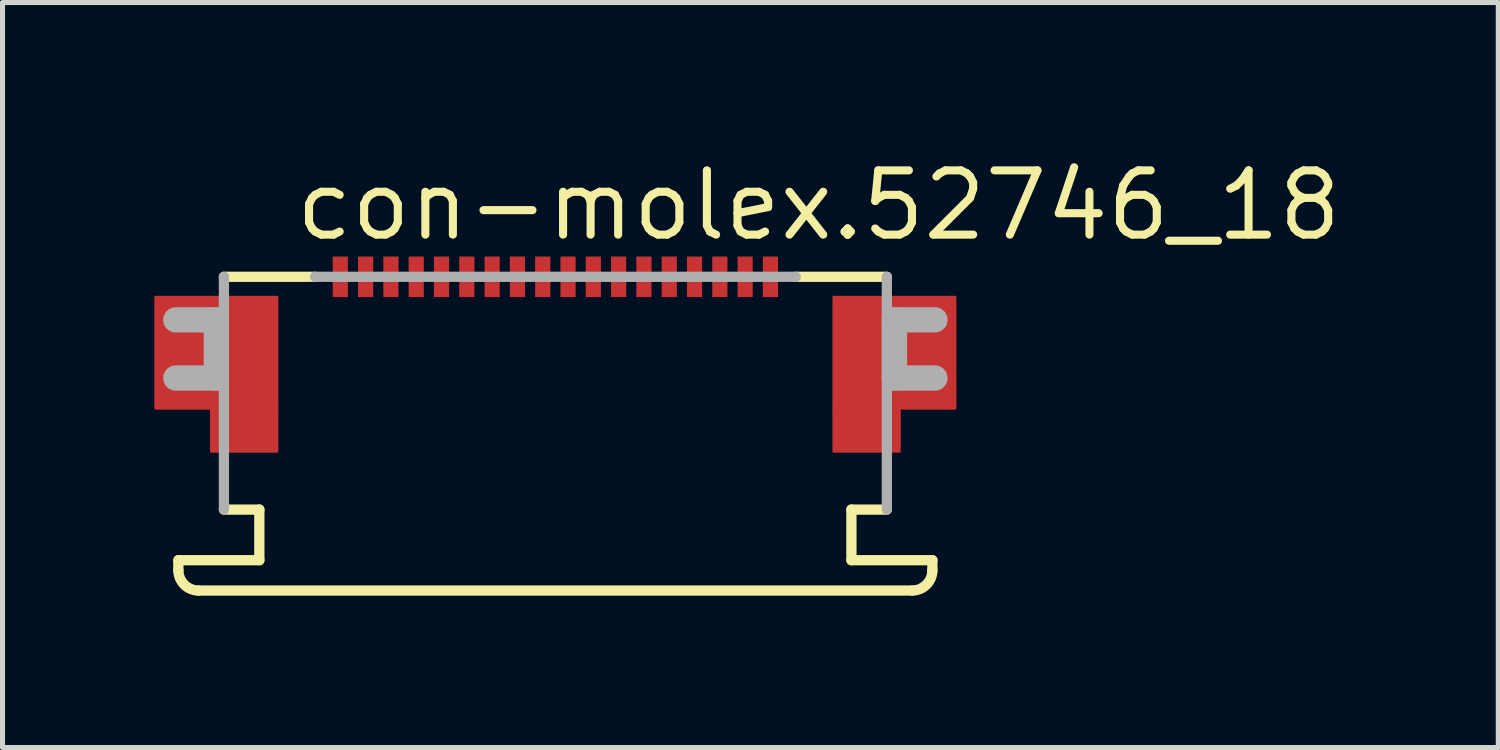
<source format=kicad_pcb>
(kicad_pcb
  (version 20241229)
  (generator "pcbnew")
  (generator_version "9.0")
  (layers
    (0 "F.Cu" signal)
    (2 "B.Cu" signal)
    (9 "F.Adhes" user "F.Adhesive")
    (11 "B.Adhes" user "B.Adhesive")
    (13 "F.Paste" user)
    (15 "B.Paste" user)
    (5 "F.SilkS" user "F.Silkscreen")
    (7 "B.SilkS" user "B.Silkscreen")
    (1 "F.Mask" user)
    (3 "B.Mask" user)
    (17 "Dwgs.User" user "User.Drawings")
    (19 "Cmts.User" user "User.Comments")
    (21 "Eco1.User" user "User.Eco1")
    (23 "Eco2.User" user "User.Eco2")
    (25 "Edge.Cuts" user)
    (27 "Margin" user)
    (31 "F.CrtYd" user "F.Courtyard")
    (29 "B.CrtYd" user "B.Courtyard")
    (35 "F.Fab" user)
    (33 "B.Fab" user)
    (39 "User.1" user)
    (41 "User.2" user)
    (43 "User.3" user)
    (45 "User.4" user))
  (footprint "con-molex.52746_18"
    (layer "F.Cu")
    (at 7.925 3.02)
    (property "Reference" "con-molex.52746_18" (at -5.215 -1.27 0) (layer "F.SilkS") (effects (font (size 1.27 1.27) (thickness 0.16)) (justify left bottom)))
    (attr smd)
    (fp_rect (start -7.9 2) (end -5.5 -0.2) (stroke (width 0.05) (type default)) (fill yes) (layer "F.Cu"))
    (fp_rect (start -6.8 2.85) (end -5.5 2) (stroke (width 0.05) (type default)) (fill yes) (layer "F.Cu"))
    (fp_rect (start 5.5 2) (end 7.9 -0.2) (stroke (width 0.05) (type default)) (fill yes) (layer "F.Cu"))
    (fp_rect (start 5.5 2.85) (end 6.8 2) (stroke (width 0.05) (type default)) (fill yes) (layer "F.Cu"))
    (fp_rect (start -7.9 2) (end -5.5 -0.2) (stroke (width 0.05) (type default)) (fill yes) (layer "F.Mask"))
    (fp_rect (start -6.8 2.85) (end -5.5 2) (stroke (width 0.05) (type default)) (fill yes) (layer "F.Mask"))
    (fp_rect (start -4.425 -0.175) (end -4.075 -1.025) (stroke (width 0.05) (type default)) (fill yes) (layer "F.Mask"))
    (fp_rect (start -3.925 -0.175) (end -3.575 -1.025) (stroke (width 0.05) (type default)) (fill yes) (layer "F.Mask"))
    (fp_rect (start -3.425 -0.175) (end -3.075 -1.025) (stroke (width 0.05) (type default)) (fill yes) (layer "F.Mask"))
    (fp_rect (start -2.925 -0.175) (end -2.575 -1.025) (stroke (width 0.05) (type default)) (fill yes) (layer "F.Mask"))
    (fp_rect (start -2.425 -0.175) (end -2.075 -1.025) (stroke (width 0.05) (type default)) (fill yes) (layer "F.Mask"))
    (fp_rect (start -1.925 -0.175) (end -1.575 -1.025) (stroke (width 0.05) (type default)) (fill yes) (layer "F.Mask"))
    (fp_rect (start -1.425 -0.175) (end -1.075 -1.025) (stroke (width 0.05) (type default)) (fill yes) (layer "F.Mask"))
    (fp_rect (start -0.925 -0.175) (end -0.575 -1.025) (stroke (width 0.05) (type default)) (fill yes) (layer "F.Mask"))
    (fp_rect (start -0.425 -0.175) (end -0.075 -1.025) (stroke (width 0.05) (type default)) (fill yes) (layer "F.Mask"))
    (fp_rect (start 0.075 -0.175) (end 0.425 -1.025) (stroke (width 0.05) (type default)) (fill yes) (layer "F.Mask"))
    (fp_rect (start 0.575 -0.175) (end 0.925 -1.025) (stroke (width 0.05) (type default)) (fill yes) (layer "F.Mask"))
    (fp_rect (start 1.075 -0.175) (end 1.425 -1.025) (stroke (width 0.05) (type default)) (fill yes) (layer "F.Mask"))
    (fp_rect (start 1.575 -0.175) (end 1.925 -1.025) (stroke (width 0.05) (type default)) (fill yes) (layer "F.Mask"))
    (fp_rect (start 2.075 -0.175) (end 2.425 -1.025) (stroke (width 0.05) (type default)) (fill yes) (layer "F.Mask"))
    (fp_rect (start 2.575 -0.175) (end 2.925 -1.025) (stroke (width 0.05) (type default)) (fill yes) (layer "F.Mask"))
    (fp_rect (start 3.075 -0.175) (end 3.425 -1.025) (stroke (width 0.05) (type default)) (fill yes) (layer "F.Mask"))
    (fp_rect (start 3.575 -0.175) (end 3.925 -1.025) (stroke (width 0.05) (type default)) (fill yes) (layer "F.Mask"))
    (fp_rect (start 4.075 -0.175) (end 4.425 -1.025) (stroke (width 0.05) (type default)) (fill yes) (layer "F.Mask"))
    (fp_rect (start 5.5 2) (end 7.9 -0.2) (stroke (width 0.05) (type default)) (fill yes) (layer "F.Mask"))
    (fp_rect (start 5.5 2.85) (end 6.8 2) (stroke (width 0.05) (type default)) (fill yes) (layer "F.Mask"))
    (fp_line (start -7.45 5) (end -5.85 5) (stroke (width 0.203) (type default)) (layer "F.SilkS"))
    (fp_line (start -7.45 5.2) (end -7.45 5) (stroke (width 0.203) (type default)) (layer "F.SilkS"))
    (fp_line (start -6.55 -0.6) (end -4.75 -0.6) (stroke (width 0.203) (type default)) (layer "F.SilkS"))
    (fp_line (start -5.85 4) (end -6.55 4) (stroke (width 0.203) (type default)) (layer "F.SilkS"))
    (fp_line (start -5.85 5) (end -5.85 4) (stroke (width 0.203) (type default)) (layer "F.SilkS"))
    (fp_line (start 4.75 -0.6) (end 6.55 -0.6) (stroke (width 0.203) (type default)) (layer "F.SilkS"))
    (fp_line (start 5.85 4) (end 5.85 5) (stroke (width 0.203) (type default)) (layer "F.SilkS"))
    (fp_line (start 5.85 5) (end 7.45 5) (stroke (width 0.203) (type default)) (layer "F.SilkS"))
    (fp_line (start 6.55 4) (end 5.85 4) (stroke (width 0.203) (type default)) (layer "F.SilkS"))
    (fp_line (start 7.05 5.6) (end -7.05 5.6) (stroke (width 0.203) (type default)) (layer "F.SilkS"))
    (fp_line (start 7.45 5) (end 7.45 5.2) (stroke (width 0.203) (type default)) (layer "F.SilkS"))
    (fp_arc (start -7.05 5.6) (mid -7.332843 5.482843) (end -7.45 5.2) (stroke (width 0.2032) (type default)) (layer "F.SilkS"))
    (fp_arc (start 7.45 5.2) (mid 7.332843 5.482843) (end 7.05 5.6) (stroke (width 0.2032) (type default)) (layer "F.SilkS"))
    (fp_rect (start -7.775 1.9) (end -5.6 -0.075) (stroke (width 0.05) (type default)) (fill yes) (layer "F.Paste"))
    (fp_rect (start -6.7 2.75) (end -5.6 1.9) (stroke (width 0.05) (type default)) (fill yes) (layer "F.Paste"))
    (fp_rect (start 5.6 1.9) (end 7.775 -0.075) (stroke (width 0.05) (type default)) (fill yes) (layer "F.Paste"))
    (fp_rect (start 5.6 2.75) (end 6.7 1.9) (stroke (width 0.05) (type default)) (fill yes) (layer "F.Paste"))
    (fp_line (start -7.5 0.25) (end -6.7 0.25) (stroke (width 0.5) (type default)) (layer "F.Fab"))
    (fp_line (start -6.7 0.25) (end -6.7 1.4) (stroke (width 0.5) (type default)) (layer "F.Fab"))
    (fp_line (start -6.7 1.4) (end -7.5 1.4) (stroke (width 0.5) (type default)) (layer "F.Fab"))
    (fp_line (start -6.55 4) (end -6.55 -0.6) (stroke (width 0.203) (type default)) (layer "F.Fab"))
    (fp_line (start -4.75 -0.6) (end 4.75 -0.6) (stroke (width 0.203) (type default)) (layer "F.Fab"))
    (fp_line (start 6.55 -0.6) (end 6.55 4) (stroke (width 0.203) (type default)) (layer "F.Fab"))
    (fp_line (start 6.7 0.25) (end 7.5 0.25) (stroke (width 0.5) (type default)) (layer "F.Fab"))
    (fp_line (start 6.7 1.4) (end 6.7 0.25) (stroke (width 0.5) (type default)) (layer "F.Fab"))
    (fp_line (start 7.5 1.4) (end 6.7 1.4) (stroke (width 0.5) (type default)) (layer "F.Fab"))
    (pad "1" smd roundrect (at -4.25 -0.6) (size 0.3 0.8) (layers "F.Cu" "F.Mask" "F.Paste") (roundrect_rratio 0.01))
    (pad "2" smd roundrect (at -3.75 -0.6) (size 0.3 0.8) (layers "F.Cu" "F.Mask" "F.Paste") (roundrect_rratio 0.01))
    (pad "3" smd roundrect (at -3.25 -0.6) (size 0.3 0.8) (layers "F.Cu" "F.Mask" "F.Paste") (roundrect_rratio 0.01))
    (pad "4" smd roundrect (at -2.75 -0.6) (size 0.3 0.8) (layers "F.Cu" "F.Mask" "F.Paste") (roundrect_rratio 0.01))
    (pad "5" smd roundrect (at -2.25 -0.6) (size 0.3 0.8) (layers "F.Cu" "F.Mask" "F.Paste") (roundrect_rratio 0.01))
    (pad "6" smd roundrect (at -1.75 -0.6) (size 0.3 0.8) (layers "F.Cu" "F.Mask" "F.Paste") (roundrect_rratio 0.01))
    (pad "7" smd roundrect (at -1.25 -0.6) (size 0.3 0.8) (layers "F.Cu" "F.Mask" "F.Paste") (roundrect_rratio 0.01))
    (pad "8" smd roundrect (at -0.75 -0.6) (size 0.3 0.8) (layers "F.Cu" "F.Mask" "F.Paste") (roundrect_rratio 0.01))
    (pad "9" smd roundrect (at -0.25 -0.6) (size 0.3 0.8) (layers "F.Cu" "F.Mask" "F.Paste") (roundrect_rratio 0.01))
    (pad "10" smd roundrect (at 0.25 -0.6) (size 0.3 0.8) (layers "F.Cu" "F.Mask" "F.Paste") (roundrect_rratio 0.01))
    (pad "11" smd roundrect (at 0.75 -0.6) (size 0.3 0.8) (layers "F.Cu" "F.Mask" "F.Paste") (roundrect_rratio 0.01))
    (pad "12" smd roundrect (at 1.25 -0.6) (size 0.3 0.8) (layers "F.Cu" "F.Mask" "F.Paste") (roundrect_rratio 0.01))
    (pad "13" smd roundrect (at 1.75 -0.6) (size 0.3 0.8) (layers "F.Cu" "F.Mask" "F.Paste") (roundrect_rratio 0.01))
    (pad "14" smd roundrect (at 2.25 -0.6) (size 0.3 0.8) (layers "F.Cu" "F.Mask" "F.Paste") (roundrect_rratio 0.01))
    (pad "15" smd roundrect (at 2.75 -0.6) (size 0.3 0.8) (layers "F.Cu" "F.Mask" "F.Paste") (roundrect_rratio 0.01))
    (pad "16" smd roundrect (at 3.25 -0.6) (size 0.3 0.8) (layers "F.Cu" "F.Mask" "F.Paste") (roundrect_rratio 0.01))
    (pad "17" smd roundrect (at 3.75 -0.6) (size 0.3 0.8) (layers "F.Cu" "F.Mask" "F.Paste") (roundrect_rratio 0.01))
    (pad "18" smd roundrect (at 4.25 -0.6) (size 0.3 0.8) (layers "F.Cu" "F.Mask" "F.Paste") (roundrect_rratio 0.01)))
  (gr_rect
    (start -3 -3)
    (end 26.558 11.722)
    (stroke (width 0.1) (type default))
    (fill no)
    (layer "Edge.Cuts")))
</source>
